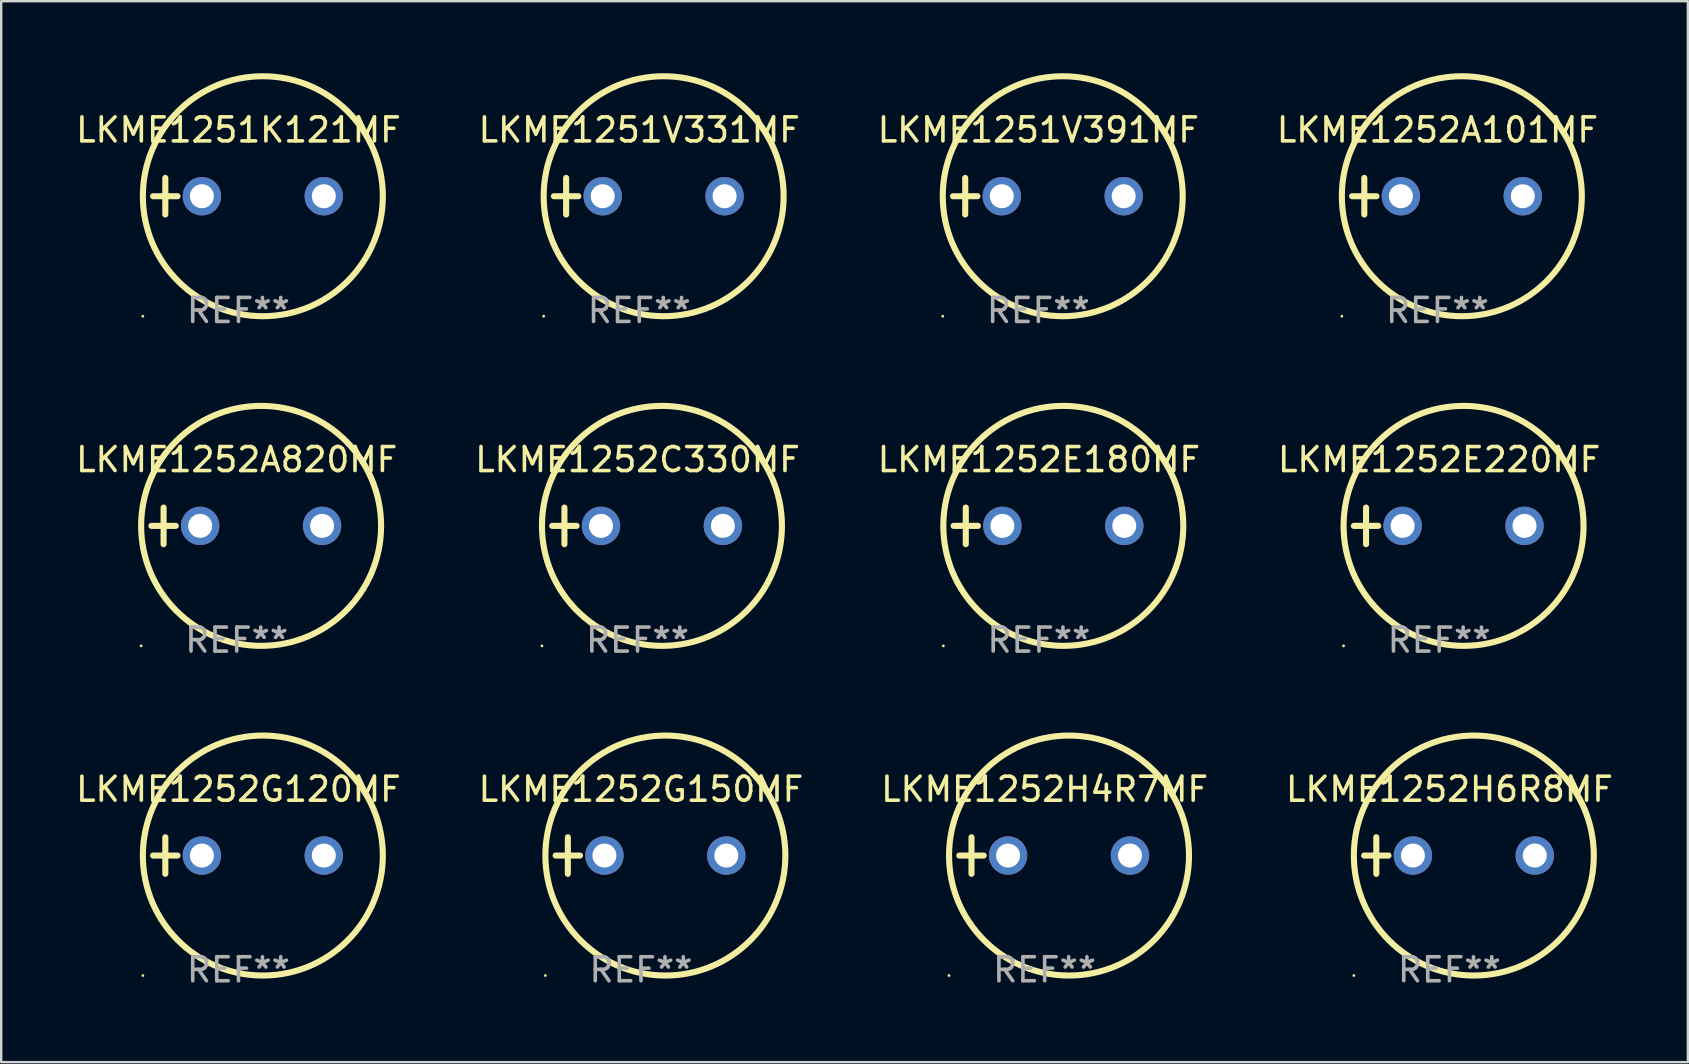
<source format=kicad_pcb>
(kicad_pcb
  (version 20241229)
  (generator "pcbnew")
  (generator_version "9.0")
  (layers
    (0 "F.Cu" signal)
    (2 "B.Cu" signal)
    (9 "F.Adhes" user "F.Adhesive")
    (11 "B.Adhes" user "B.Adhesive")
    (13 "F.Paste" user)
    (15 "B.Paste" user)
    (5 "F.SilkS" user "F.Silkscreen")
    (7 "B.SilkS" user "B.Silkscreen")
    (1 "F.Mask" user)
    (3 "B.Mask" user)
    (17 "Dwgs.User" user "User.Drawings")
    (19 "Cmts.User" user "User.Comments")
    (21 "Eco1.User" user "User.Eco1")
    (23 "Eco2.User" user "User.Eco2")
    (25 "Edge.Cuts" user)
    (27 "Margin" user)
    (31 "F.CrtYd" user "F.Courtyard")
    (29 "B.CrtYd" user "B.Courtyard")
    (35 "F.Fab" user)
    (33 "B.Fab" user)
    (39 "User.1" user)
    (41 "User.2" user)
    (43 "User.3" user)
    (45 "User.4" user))
  (footprint "LKME1252G150MF"
    (layer "F.Cu")
    (at 23.661 32.602)
    (property "Reference" "LKME1252G150MF" (at 0 -2.762 0) (layer "F.SilkS") (effects (font (size 1 1) (thickness 0.15))))
    (attr through_hole)
    (fp_line (start -3.556 0) (end -2.54 0) (stroke (width 0.254) (type solid)) (layer "F.SilkS"))
    (fp_line (start -3.048 -0.762) (end -3.048 0.762) (stroke (width 0.254) (type solid)) (layer "F.SilkS"))
    (fp_circle (center -3.984 5) (end -3.954 5) (stroke (width 0.06) (type solid)) (fill no) (layer "F.SilkS"))
    (fp_circle (center 1.016 0) (end 6.016 0) (stroke (width 0.254) (type solid)) (fill no) (layer "F.SilkS"))
    (fp_text user "REF**" (at 0 4.762 0) (layer "F.Fab") (effects (font (size 1 1) (thickness 0.15))))
    (pad "1" thru_hole circle (at -1.524 0) (size 1.6 1.6) (drill 1) (layers "*.Cu" "*.Mask"))
    (pad "2" thru_hole circle (at 3.556 0) (size 1.6 1.6) (drill 1) (layers "*.Cu" "*.Mask")))
  (footprint "LKME1252C330MF"
    (layer "F.Cu")
    (at 23.518 18.864)
    (property "Reference" "LKME1252C330MF" (at 0 -2.762 0) (layer "F.SilkS") (effects (font (size 1 1) (thickness 0.15))))
    (attr through_hole)
    (fp_line (start -3.556 0) (end -2.54 0) (stroke (width 0.254) (type solid)) (layer "F.SilkS"))
    (fp_line (start -3.048 -0.762) (end -3.048 0.762) (stroke (width 0.254) (type solid)) (layer "F.SilkS"))
    (fp_circle (center -3.984 5) (end -3.954 5) (stroke (width 0.06) (type solid)) (fill no) (layer "F.SilkS"))
    (fp_circle (center 1.016 0) (end 6.016 0) (stroke (width 0.254) (type solid)) (fill no) (layer "F.SilkS"))
    (fp_text user "REF**" (at 0 4.762 0) (layer "F.Fab") (effects (font (size 1 1) (thickness 0.15))))
    (pad "1" thru_hole circle (at -1.524 0) (size 1.6 1.6) (drill 1) (layers "*.Cu" "*.Mask"))
    (pad "2" thru_hole circle (at 3.556 0) (size 1.6 1.6) (drill 1) (layers "*.Cu" "*.Mask")))
  (footprint "LKME1252E220MF"
    (layer "F.Cu")
    (at 56.923 18.864)
    (property "Reference" "LKME1252E220MF" (at 0 -2.762 0) (layer "F.SilkS") (effects (font (size 1 1) (thickness 0.15))))
    (attr through_hole)
    (fp_line (start -3.556 0) (end -2.54 0) (stroke (width 0.254) (type solid)) (layer "F.SilkS"))
    (fp_line (start -3.048 -0.762) (end -3.048 0.762) (stroke (width 0.254) (type solid)) (layer "F.SilkS"))
    (fp_circle (center -3.984 5) (end -3.954 5) (stroke (width 0.06) (type solid)) (fill no) (layer "F.SilkS"))
    (fp_circle (center 1.016 0) (end 6.016 0) (stroke (width 0.254) (type solid)) (fill no) (layer "F.SilkS"))
    (fp_text user "REF**" (at 0 4.762 0) (layer "F.Fab") (effects (font (size 1 1) (thickness 0.15))))
    (pad "1" thru_hole circle (at -1.524 0) (size 1.6 1.6) (drill 1) (layers "*.Cu" "*.Mask"))
    (pad "2" thru_hole circle (at 3.556 0) (size 1.6 1.6) (drill 1) (layers "*.Cu" "*.Mask")))
  (footprint "LKME1251V391MF"
    (layer "F.Cu")
    (at 40.22 5.127)
    (property "Reference" "LKME1251V391MF" (at 0 -2.762 0) (layer "F.SilkS") (effects (font (size 1 1) (thickness 0.15))))
    (attr through_hole)
    (fp_line (start -3.556 0) (end -2.54 0) (stroke (width 0.254) (type solid)) (layer "F.SilkS"))
    (fp_line (start -3.048 -0.762) (end -3.048 0.762) (stroke (width 0.254) (type solid)) (layer "F.SilkS"))
    (fp_circle (center -3.984 5) (end -3.954 5) (stroke (width 0.06) (type solid)) (fill no) (layer "F.SilkS"))
    (fp_circle (center 1.016 0) (end 6.016 0) (stroke (width 0.254) (type solid)) (fill no) (layer "F.SilkS"))
    (fp_text user "REF**" (at 0 4.762 0) (layer "F.Fab") (effects (font (size 1 1) (thickness 0.15))))
    (pad "1" thru_hole circle (at -1.524 0) (size 1.6 1.6) (drill 1) (layers "*.Cu" "*.Mask"))
    (pad "2" thru_hole circle (at 3.556 0) (size 1.6 1.6) (drill 1) (layers "*.Cu" "*.Mask")))
  (footprint "LKME1252H4R7MF"
    (layer "F.Cu")
    (at 40.482 32.602)
    (property "Reference" "LKME1252H4R7MF" (at 0 -2.762 0) (layer "F.SilkS") (effects (font (size 1 1) (thickness 0.15))))
    (attr through_hole)
    (fp_line (start -3.556 0) (end -2.54 0) (stroke (width 0.254) (type solid)) (layer "F.SilkS"))
    (fp_line (start -3.048 -0.762) (end -3.048 0.762) (stroke (width 0.254) (type solid)) (layer "F.SilkS"))
    (fp_circle (center -3.984 5) (end -3.954 5) (stroke (width 0.06) (type solid)) (fill no) (layer "F.SilkS"))
    (fp_circle (center 1.016 0) (end 6.016 0) (stroke (width 0.254) (type solid)) (fill no) (layer "F.SilkS"))
    (fp_text user "REF**" (at 0 4.762 0) (layer "F.Fab") (effects (font (size 1 1) (thickness 0.15))))
    (pad "1" thru_hole circle (at -1.524 0) (size 1.6 1.6) (drill 1) (layers "*.Cu" "*.Mask"))
    (pad "2" thru_hole circle (at 3.556 0) (size 1.6 1.6) (drill 1) (layers "*.Cu" "*.Mask")))
  (footprint "LKME1252G120MF"
    (layer "F.Cu")
    (at 6.887 32.602)
    (property "Reference" "LKME1252G120MF" (at 0 -2.762 0) (layer "F.SilkS") (effects (font (size 1 1) (thickness 0.15))))
    (attr through_hole)
    (fp_line (start -3.556 0) (end -2.54 0) (stroke (width 0.254) (type solid)) (layer "F.SilkS"))
    (fp_line (start -3.048 -0.762) (end -3.048 0.762) (stroke (width 0.254) (type solid)) (layer "F.SilkS"))
    (fp_circle (center -3.984 5) (end -3.954 5) (stroke (width 0.06) (type solid)) (fill no) (layer "F.SilkS"))
    (fp_circle (center 1.016 0) (end 6.016 0) (stroke (width 0.254) (type solid)) (fill no) (layer "F.SilkS"))
    (fp_text user "REF**" (at 0 4.762 0) (layer "F.Fab") (effects (font (size 1 1) (thickness 0.15))))
    (pad "1" thru_hole circle (at -1.524 0) (size 1.6 1.6) (drill 1) (layers "*.Cu" "*.Mask"))
    (pad "2" thru_hole circle (at 3.556 0) (size 1.6 1.6) (drill 1) (layers "*.Cu" "*.Mask")))
  (footprint "LKME1252H6R8MF"
    (layer "F.Cu")
    (at 57.351 32.602)
    (property "Reference" "LKME1252H6R8MF" (at 0 -2.762 0) (layer "F.SilkS") (effects (font (size 1 1) (thickness 0.15))))
    (attr through_hole)
    (fp_line (start -3.556 0) (end -2.54 0) (stroke (width 0.254) (type solid)) (layer "F.SilkS"))
    (fp_line (start -3.048 -0.762) (end -3.048 0.762) (stroke (width 0.254) (type solid)) (layer "F.SilkS"))
    (fp_circle (center -3.984 5) (end -3.954 5) (stroke (width 0.06) (type solid)) (fill no) (layer "F.SilkS"))
    (fp_circle (center 1.016 0) (end 6.016 0) (stroke (width 0.254) (type solid)) (fill no) (layer "F.SilkS"))
    (fp_text user "REF**" (at 0 4.762 0) (layer "F.Fab") (effects (font (size 1 1) (thickness 0.15))))
    (pad "1" thru_hole circle (at -1.524 0) (size 1.6 1.6) (drill 1) (layers "*.Cu" "*.Mask"))
    (pad "2" thru_hole circle (at 3.556 0) (size 1.6 1.6) (drill 1) (layers "*.Cu" "*.Mask")))
  (footprint "LKME1251K121MF"
    (layer "F.Cu")
    (at 6.887 5.127)
    (property "Reference" "LKME1251K121MF" (at 0 -2.762 0) (layer "F.SilkS") (effects (font (size 1 1) (thickness 0.15))))
    (attr through_hole)
    (fp_line (start -3.556 0) (end -2.54 0) (stroke (width 0.254) (type solid)) (layer "F.SilkS"))
    (fp_line (start -3.048 -0.762) (end -3.048 0.762) (stroke (width 0.254) (type solid)) (layer "F.SilkS"))
    (fp_circle (center -3.984 5) (end -3.954 5) (stroke (width 0.06) (type solid)) (fill no) (layer "F.SilkS"))
    (fp_circle (center 1.016 0) (end 6.016 0) (stroke (width 0.254) (type solid)) (fill no) (layer "F.SilkS"))
    (fp_text user "REF**" (at 0 4.762 0) (layer "F.Fab") (effects (font (size 1 1) (thickness 0.15))))
    (pad "1" thru_hole circle (at -1.524 0) (size 1.6 1.6) (drill 1) (layers "*.Cu" "*.Mask"))
    (pad "2" thru_hole circle (at 3.556 0) (size 1.6 1.6) (drill 1) (layers "*.Cu" "*.Mask")))
  (footprint "LKME1252E180MF"
    (layer "F.Cu")
    (at 40.244 18.864)
    (property "Reference" "LKME1252E180MF" (at 0 -2.762 0) (layer "F.SilkS") (effects (font (size 1 1) (thickness 0.15))))
    (attr through_hole)
    (fp_line (start -3.556 0) (end -2.54 0) (stroke (width 0.254) (type solid)) (layer "F.SilkS"))
    (fp_line (start -3.048 -0.762) (end -3.048 0.762) (stroke (width 0.254) (type solid)) (layer "F.SilkS"))
    (fp_circle (center -3.984 5) (end -3.954 5) (stroke (width 0.06) (type solid)) (fill no) (layer "F.SilkS"))
    (fp_circle (center 1.016 0) (end 6.016 0) (stroke (width 0.254) (type solid)) (fill no) (layer "F.SilkS"))
    (fp_text user "REF**" (at 0 4.762 0) (layer "F.Fab") (effects (font (size 1 1) (thickness 0.15))))
    (pad "1" thru_hole circle (at -1.524 0) (size 1.6 1.6) (drill 1) (layers "*.Cu" "*.Mask"))
    (pad "2" thru_hole circle (at 3.556 0) (size 1.6 1.6) (drill 1) (layers "*.Cu" "*.Mask")))
  (footprint "LKME1252A101MF"
    (layer "F.Cu")
    (at 56.851 5.127)
    (property "Reference" "LKME1252A101MF" (at 0 -2.762 0) (layer "F.SilkS") (effects (font (size 1 1) (thickness 0.15))))
    (attr through_hole)
    (fp_line (start -3.556 0) (end -2.54 0) (stroke (width 0.254) (type solid)) (layer "F.SilkS"))
    (fp_line (start -3.048 -0.762) (end -3.048 0.762) (stroke (width 0.254) (type solid)) (layer "F.SilkS"))
    (fp_circle (center -3.984 5) (end -3.954 5) (stroke (width 0.06) (type solid)) (fill no) (layer "F.SilkS"))
    (fp_circle (center 1.016 0) (end 6.016 0) (stroke (width 0.254) (type solid)) (fill no) (layer "F.SilkS"))
    (fp_text user "REF**" (at 0 4.762 0) (layer "F.Fab") (effects (font (size 1 1) (thickness 0.15))))
    (pad "1" thru_hole circle (at -1.524 0) (size 1.6 1.6) (drill 1) (layers "*.Cu" "*.Mask"))
    (pad "2" thru_hole circle (at 3.556 0) (size 1.6 1.6) (drill 1) (layers "*.Cu" "*.Mask")))
  (footprint "LKME1252A820MF"
    (layer "F.Cu")
    (at 6.815 18.864)
    (property "Reference" "LKME1252A820MF" (at 0 -2.762 0) (layer "F.SilkS") (effects (font (size 1 1) (thickness 0.15))))
    (attr through_hole)
    (fp_line (start -3.556 0) (end -2.54 0) (stroke (width 0.254) (type solid)) (layer "F.SilkS"))
    (fp_line (start -3.048 -0.762) (end -3.048 0.762) (stroke (width 0.254) (type solid)) (layer "F.SilkS"))
    (fp_circle (center -3.984 5) (end -3.954 5) (stroke (width 0.06) (type solid)) (fill no) (layer "F.SilkS"))
    (fp_circle (center 1.016 0) (end 6.016 0) (stroke (width 0.254) (type solid)) (fill no) (layer "F.SilkS"))
    (fp_text user "REF**" (at 0 4.762 0) (layer "F.Fab") (effects (font (size 1 1) (thickness 0.15))))
    (pad "1" thru_hole circle (at -1.524 0) (size 1.6 1.6) (drill 1) (layers "*.Cu" "*.Mask"))
    (pad "2" thru_hole circle (at 3.556 0) (size 1.6 1.6) (drill 1) (layers "*.Cu" "*.Mask")))
  (footprint "LKME1251V331MF"
    (layer "F.Cu")
    (at 23.589 5.127)
    (property "Reference" "LKME1251V331MF" (at 0 -2.762 0) (layer "F.SilkS") (effects (font (size 1 1) (thickness 0.15))))
    (attr through_hole)
    (fp_line (start -3.556 0) (end -2.54 0) (stroke (width 0.254) (type solid)) (layer "F.SilkS"))
    (fp_line (start -3.048 -0.762) (end -3.048 0.762) (stroke (width 0.254) (type solid)) (layer "F.SilkS"))
    (fp_circle (center -3.984 5) (end -3.954 5) (stroke (width 0.06) (type solid)) (fill no) (layer "F.SilkS"))
    (fp_circle (center 1.016 0) (end 6.016 0) (stroke (width 0.254) (type solid)) (fill no) (layer "F.SilkS"))
    (fp_text user "REF**" (at 0 4.762 0) (layer "F.Fab") (effects (font (size 1 1) (thickness 0.15))))
    (pad "1" thru_hole circle (at -1.524 0) (size 1.6 1.6) (drill 1) (layers "*.Cu" "*.Mask"))
    (pad "2" thru_hole circle (at 3.556 0) (size 1.6 1.6) (drill 1) (layers "*.Cu" "*.Mask")))
  (gr_rect
    (start -3 -3)
    (end 67.286 41.212)
    (stroke (width 0.1) (type default))
    (fill no)
    (layer "Edge.Cuts")))
</source>
